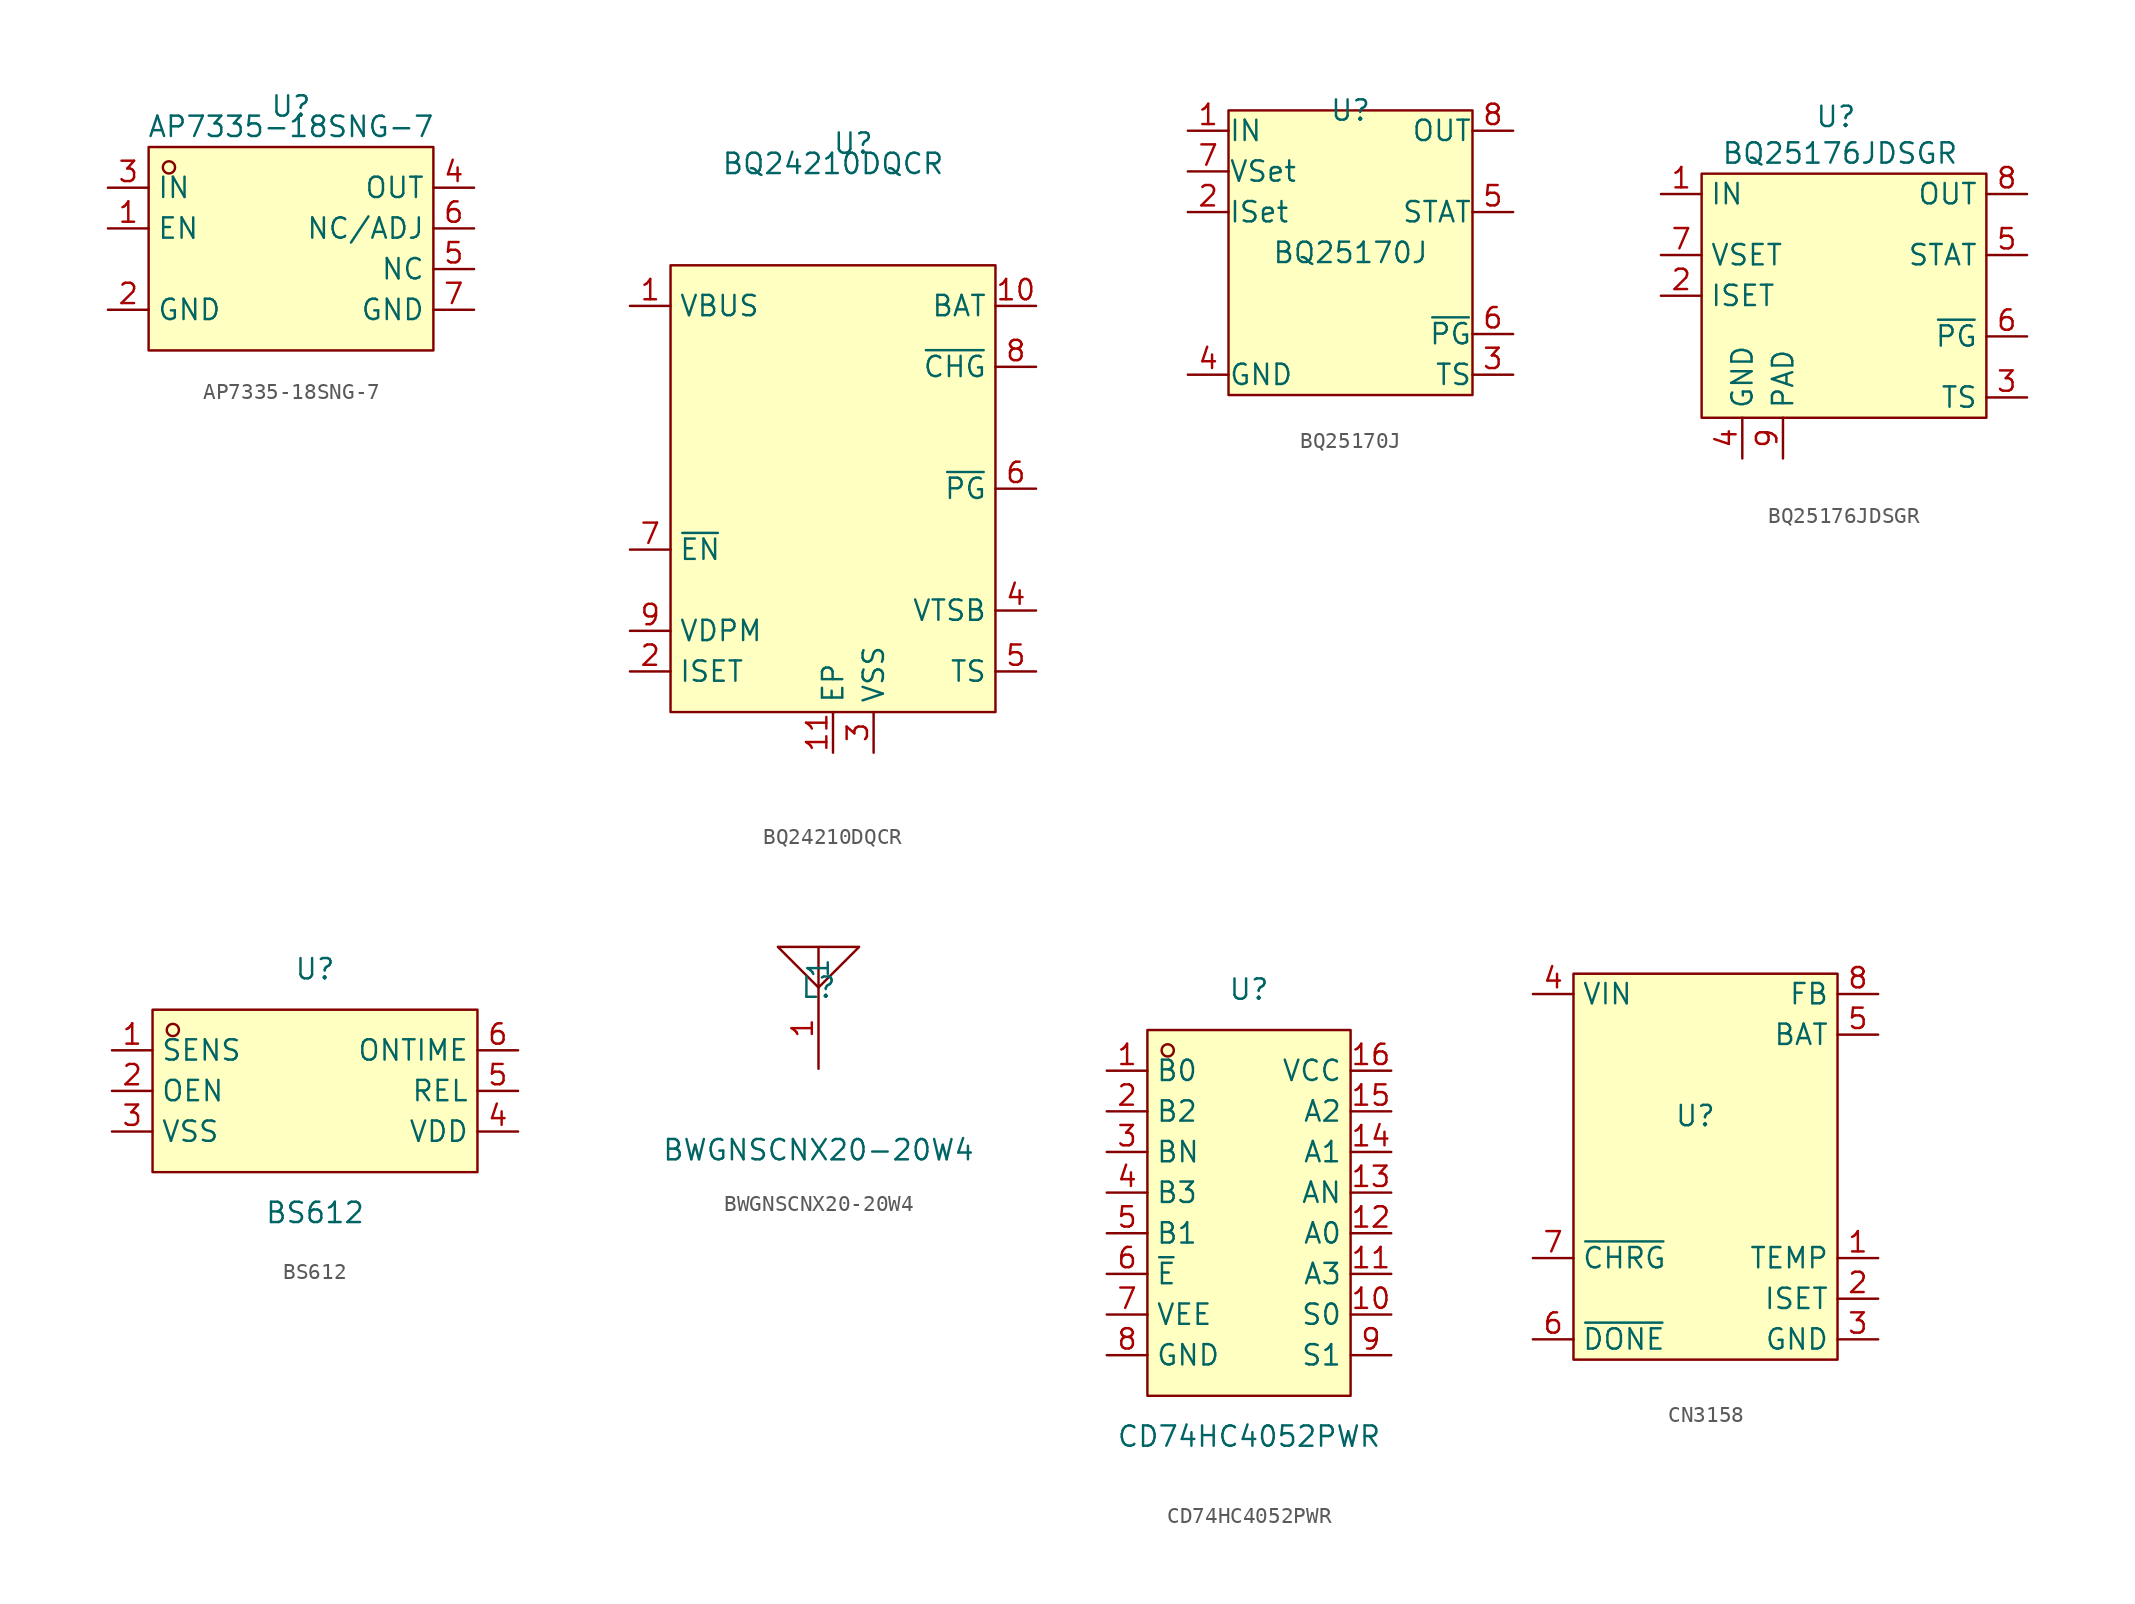
<source format=kicad_sym>
(kicad_symbol_lib
  (version 20231120)
  (generator "kicad_symbol_editor")
  (generator_version "8.0")
  (symbol "AP7335-18SNG-7"
    (property "Reference" "U"
      (at 0 8.89 0)
      (effects (font (size 1.27 1.27))))
    (property "Value" "AP7335-18SNG-7"
      (at 0 7.62 0)
      (effects (font (size 1.27 1.27))))
    (symbol "AP7335-18SNG-7_0_1"
      (rectangle (start -8.89 6.35) (end 8.89 -6.35) (stroke (width 0) (type default)) (fill (type background)))
      (circle (center -7.62 5.08) (radius 0.38) (stroke (width 0) (type default)) (fill (type none)))
      (pin unspecified line (at -11.43 1.27 0) (length 2.54) (name "EN" (effects (font (size 1.27 1.27)))) (number "1" (effects (font (size 1.27 1.27)))))
      (pin unspecified line (at -11.43 -3.81 0) (length 2.54) (name "GND" (effects (font (size 1.27 1.27)))) (number "2" (effects (font (size 1.27 1.27)))))
      (pin unspecified line (at -11.43 3.81 0) (length 2.54) (name "IN" (effects (font (size 1.27 1.27)))) (number "3" (effects (font (size 1.27 1.27)))))
      (pin unspecified line (at 11.43 3.81 180) (length 2.54) (name "OUT" (effects (font (size 1.27 1.27)))) (number "4" (effects (font (size 1.27 1.27)))))
      (pin unspecified line (at 11.43 -1.27 180) (length 2.54) (name "NC" (effects (font (size 1.27 1.27)))) (number "5" (effects (font (size 1.27 1.27)))))
      (pin unspecified line (at 11.43 1.27 180) (length 2.54) (name "NC/ADJ" (effects (font (size 1.27 1.27)))) (number "6" (effects (font (size 1.27 1.27)))))
      (pin unspecified line (at 11.43 -3.81 180) (length 2.54) (name "GND" (effects (font (size 1.27 1.27)))) (number "7" (effects (font (size 1.27 1.27)))))))
  (symbol "BQ24210DQCR"
    (property "Reference" "U"
      (at 0 25.4 0)
      (effects (font (size 1.27 1.27))))
    (property "Value" "BQ24210DQCR"
      (at -1.27 24.13 0)
      (effects (font (size 1.27 1.27))))
    (symbol "BQ24210DQCR_0_1"
      (rectangle (start -11.43 17.78) (end 8.89 -10.16) (stroke (width 0) (type default)) (fill (type background)))
      (pin unspecified line (at -13.97 15.24 0) (length 2.54) (name "VBUS" (effects (font (size 1.27 1.27)))) (number "1" (effects (font (size 1.27 1.27)))))
      (pin unspecified line (at 11.43 15.24 180) (length 2.54) (name "BAT" (effects (font (size 1.27 1.27)))) (number "10" (effects (font (size 1.27 1.27)))))
      (pin unspecified line (at -1.27 -12.7 90) (length 2.54) (name "EP" (effects (font (size 1.27 1.27)))) (number "11" (effects (font (size 1.27 1.27)))))
      (pin unspecified line (at -13.97 -7.62 0) (length 2.54) (name "ISET" (effects (font (size 1.27 1.27)))) (number "2" (effects (font (size 1.27 1.27)))))
      (pin unspecified line (at 1.27 -12.7 90) (length 2.54) (name "VSS" (effects (font (size 1.27 1.27)))) (number "3" (effects (font (size 1.27 1.27)))))
      (pin unspecified line (at 11.43 -3.81 180) (length 2.54) (name "VTSB" (effects (font (size 1.27 1.27)))) (number "4" (effects (font (size 1.27 1.27)))))
      (pin unspecified line (at 11.43 -7.62 180) (length 2.54) (name "TS" (effects (font (size 1.27 1.27)))) (number "5" (effects (font (size 1.27 1.27)))))
      (pin unspecified line (at 11.43 3.81 180) (length 2.54) (name "~{PG}" (effects (font (size 1.27 1.27)))) (number "6" (effects (font (size 1.27 1.27)))))
      (pin unspecified line (at -13.97 0 0) (length 2.54) (name "~{EN}" (effects (font (size 1.27 1.27)))) (number "7" (effects (font (size 1.27 1.27)))))
      (pin unspecified line (at 11.43 11.43 180) (length 2.54) (name "~{CHG}" (effects (font (size 1.27 1.27)))) (number "8" (effects (font (size 1.27 1.27)))))
      (pin unspecified line (at -13.97 -5.08 0) (length 2.54) (name "VDPM" (effects (font (size 1.27 1.27)))) (number "9" (effects (font (size 1.27 1.27)))))))
  (symbol "BQ25170J"
    (pin_names
      (offset 0.002))
    (property "Reference" "U"
      (at 0 0 0)
      (effects (font (size 1.27 1.27))))
    (property "Value" "BQ25170J"
      (at 0 -8.89 0)
      (effects (font (size 1.27 1.27))))
    (symbol "BQ25170J_1_1"
      (rectangle (start -7.62 0) (end 7.62 -17.78) (stroke (width 0) (type default)) (fill (type background)))
      (pin input line (at -10.16 -1.27 0) (length 2.54) (name "IN" (effects (font (size 1.27 1.27)))) (number "1" (effects (font (size 1.27 1.27)))))
      (pin input line (at -10.16 -6.35 0) (length 2.54) (name "ISet" (effects (font (size 1.27 1.27)))) (number "2" (effects (font (size 1.27 1.27)))))
      (pin input line (at 10.16 -16.51 180) (length 2.54) (name "TS" (effects (font (size 1.27 1.27)))) (number "3" (effects (font (size 1.27 1.27)))))
      (pin input line (at -10.16 -16.51 0) (length 2.54) (name "GND" (effects (font (size 1.27 1.27)))) (number "4" (effects (font (size 1.27 1.27)))))
      (pin input line (at 10.16 -6.35 180) (length 2.54) (name "STAT" (effects (font (size 1.27 1.27)))) (number "5" (effects (font (size 1.27 1.27)))))
      (pin input line (at 10.16 -13.97 180) (length 2.54) (name "~{PG}" (effects (font (size 1.27 1.27)))) (number "6" (effects (font (size 1.27 1.27)))))
      (pin input line (at -10.16 -3.81 0) (length 2.54) (name "VSet" (effects (font (size 1.27 1.27)))) (number "7" (effects (font (size 1.27 1.27)))))
      (pin input line (at 10.16 -1.27 180) (length 2.54) (name "OUT" (effects (font (size 1.27 1.27)))) (number "8" (effects (font (size 1.27 1.27)))))))
  (symbol "BQ25176JDSGR"
    (property "Reference" "U"
      (at -1.778 8.636 0)
      (effects (font (size 1.27 1.27))))
    (property "Value" "BQ25176JDSGR"
      (at -1.524 6.35 0)
      (effects (font (size 1.27 1.27))))
    (symbol "BQ25176JDSGR_0_1"
      (rectangle (start -10.16 5.08) (end 7.62 -10.16) (stroke (width 0) (type default)) (fill (type background)))
      (pin unspecified line (at -12.7 3.81 0) (length 2.54) (name "IN" (effects (font (size 1.27 1.27)))) (number "1" (effects (font (size 1.27 1.27)))))
      (pin unspecified line (at -12.7 -2.54 0) (length 2.54) (name "ISET" (effects (font (size 1.27 1.27)))) (number "2" (effects (font (size 1.27 1.27)))))
      (pin unspecified line (at 10.16 -8.89 180) (length 2.54) (name "TS" (effects (font (size 1.27 1.27)))) (number "3" (effects (font (size 1.27 1.27)))))
      (pin unspecified line (at -7.62 -12.7 90) (length 2.54) (name "GND" (effects (font (size 1.27 1.27)))) (number "4" (effects (font (size 1.27 1.27)))))
      (pin unspecified line (at 10.16 0 180) (length 2.54) (name "STAT" (effects (font (size 1.27 1.27)))) (number "5" (effects (font (size 1.27 1.27)))))
      (pin unspecified line (at 10.16 -5.08 180) (length 2.54) (name "~{PG}" (effects (font (size 1.27 1.27)))) (number "6" (effects (font (size 1.27 1.27)))))
      (pin unspecified line (at -12.7 0 0) (length 2.54) (name "VSET" (effects (font (size 1.27 1.27)))) (number "7" (effects (font (size 1.27 1.27)))))
      (pin unspecified line (at 10.16 3.81 180) (length 2.54) (name "OUT" (effects (font (size 1.27 1.27)))) (number "8" (effects (font (size 1.27 1.27)))))
      (pin unspecified line (at -5.08 -12.7 90) (length 2.54) (name "PAD" (effects (font (size 1.27 1.27)))) (number "9" (effects (font (size 1.27 1.27)))))))
  (symbol "BS612"
    (property "Reference" "U"
      (at 0 7.62 0)
      (effects (font (size 1.27 1.27))))
    (property "Value" "BS612"
      (at 0 -7.62 0)
      (effects (font (size 1.27 1.27))))
    (symbol "BS612_0_1"
      (rectangle (start -10.16 5.08) (end 10.16 -5.08) (stroke (width 0) (type default)) (fill (type background)))
      (circle (center -8.89 3.81) (radius 0.38) (stroke (width 0) (type default)) (fill (type none)))
      (pin unspecified line (at -12.7 2.54 0) (length 2.54) (name "SENS" (effects (font (size 1.27 1.27)))) (number "1" (effects (font (size 1.27 1.27)))))
      (pin unspecified line (at -12.7 0 0) (length 2.54) (name "OEN" (effects (font (size 1.27 1.27)))) (number "2" (effects (font (size 1.27 1.27)))))
      (pin unspecified line (at -12.7 -2.54 0) (length 2.54) (name "VSS" (effects (font (size 1.27 1.27)))) (number "3" (effects (font (size 1.27 1.27)))))
      (pin unspecified line (at 12.7 -2.54 180) (length 2.54) (name "VDD" (effects (font (size 1.27 1.27)))) (number "4" (effects (font (size 1.27 1.27)))))
      (pin unspecified line (at 12.7 0 180) (length 2.54) (name "REL" (effects (font (size 1.27 1.27)))) (number "5" (effects (font (size 1.27 1.27)))))
      (pin unspecified line (at 12.7 2.54 180) (length 2.54) (name "ONTIME" (effects (font (size 1.27 1.27)))) (number "6" (effects (font (size 1.27 1.27)))))))
  (symbol "BWGNSCNX20-20W4"
    (property "Reference" "L"
      (at 0 2.54 0)
      (effects (font (size 1.27 1.27))))
    (property "Value" "BWGNSCNX20-20W4"
      (at 0 -7.62 0)
      (effects (font (size 1.27 1.27))))
    (symbol "BWGNSCNX20-20W4_0_1"
      (polyline (pts (xy 0 2.54) (xy -2.54 5.08) (xy 2.54 5.08) (xy 0 2.54) (xy 0 5.08)) (stroke (width 0) (type default)) (fill (type none)))
      (pin unspecified line (at 0 -2.54 90) (length 5.08) (name "1" (effects (font (size 1.27 1.27)))) (number "1" (effects (font (size 1.27 1.27)))))))
  (symbol "CD74HC4052PWR"
    (property "Reference" "U"
      (at 0 13.97 0)
      (effects (font (size 1.27 1.27))))
    (property "Value" "CD74HC4052PWR"
      (at 0 -13.97 0)
      (effects (font (size 1.27 1.27))))
    (symbol "CD74HC4052PWR_0_1"
      (rectangle (start -6.35 11.43) (end 6.35 -11.43) (stroke (width 0) (type default)) (fill (type background)))
      (circle (center -5.08 10.16) (radius 0.38) (stroke (width 0) (type default)) (fill (type none)))
      (pin unspecified line (at -8.89 8.89 0) (length 2.54) (name "B0" (effects (font (size 1.27 1.27)))) (number "1" (effects (font (size 1.27 1.27)))))
      (pin unspecified line (at 8.89 -6.35 180) (length 2.54) (name "S0" (effects (font (size 1.27 1.27)))) (number "10" (effects (font (size 1.27 1.27)))))
      (pin unspecified line (at 8.89 -3.81 180) (length 2.54) (name "A3" (effects (font (size 1.27 1.27)))) (number "11" (effects (font (size 1.27 1.27)))))
      (pin unspecified line (at 8.89 -1.27 180) (length 2.54) (name "A0" (effects (font (size 1.27 1.27)))) (number "12" (effects (font (size 1.27 1.27)))))
      (pin unspecified line (at 8.89 1.27 180) (length 2.54) (name "AN" (effects (font (size 1.27 1.27)))) (number "13" (effects (font (size 1.27 1.27)))))
      (pin unspecified line (at 8.89 3.81 180) (length 2.54) (name "A1" (effects (font (size 1.27 1.27)))) (number "14" (effects (font (size 1.27 1.27)))))
      (pin unspecified line (at 8.89 6.35 180) (length 2.54) (name "A2" (effects (font (size 1.27 1.27)))) (number "15" (effects (font (size 1.27 1.27)))))
      (pin unspecified line (at 8.89 8.89 180) (length 2.54) (name "VCC" (effects (font (size 1.27 1.27)))) (number "16" (effects (font (size 1.27 1.27)))))
      (pin unspecified line (at -8.89 6.35 0) (length 2.54) (name "B2" (effects (font (size 1.27 1.27)))) (number "2" (effects (font (size 1.27 1.27)))))
      (pin unspecified line (at -8.89 3.81 0) (length 2.54) (name "BN" (effects (font (size 1.27 1.27)))) (number "3" (effects (font (size 1.27 1.27)))))
      (pin unspecified line (at -8.89 1.27 0) (length 2.54) (name "B3" (effects (font (size 1.27 1.27)))) (number "4" (effects (font (size 1.27 1.27)))))
      (pin unspecified line (at -8.89 -1.27 0) (length 2.54) (name "B1" (effects (font (size 1.27 1.27)))) (number "5" (effects (font (size 1.27 1.27)))))
      (pin unspecified line (at -8.89 -3.81 0) (length 2.54) (name "~{E}" (effects (font (size 1.27 1.27)))) (number "6" (effects (font (size 1.27 1.27)))))
      (pin unspecified line (at -8.89 -6.35 0) (length 2.54) (name "VEE" (effects (font (size 1.27 1.27)))) (number "7" (effects (font (size 1.27 1.27)))))
      (pin unspecified line (at -8.89 -8.89 0) (length 2.54) (name "GND" (effects (font (size 1.27 1.27)))) (number "8" (effects (font (size 1.27 1.27)))))
      (pin unspecified line (at 8.89 -8.89 180) (length 2.54) (name "S1" (effects (font (size 1.27 1.27)))) (number "9" (effects (font (size 1.27 1.27)))))))
  (symbol "CN3158"
    (property "Reference" "U"
      (at 0 0 0)
      (effects (font (size 1.27 1.27))))
    (property "Value" ""
      (at 0 0 0)
      (effects (font (size 1.27 1.27))))
    (symbol "CN3158_1_1"
      (rectangle (start -7.62 8.89) (end 8.89 -15.24) (stroke (width 0) (type default)) (fill (type background)))
      (pin input line (at 11.43 -8.89 180) (length 2.54) (name "TEMP" (effects (font (size 1.27 1.27)))) (number "1" (effects (font (size 1.27 1.27)))))
      (pin input line (at 11.43 -11.43 180) (length 2.54) (name "ISET" (effects (font (size 1.27 1.27)))) (number "2" (effects (font (size 1.27 1.27)))))
      (pin input line (at 11.43 -13.97 180) (length 2.54) (name "GND" (effects (font (size 1.27 1.27)))) (number "3" (effects (font (size 1.27 1.27)))))
      (pin input line (at -10.16 7.62 0) (length 2.54) (name "VIN" (effects (font (size 1.27 1.27)))) (number "4" (effects (font (size 1.27 1.27)))))
      (pin input line (at 11.43 5.08 180) (length 2.54) (name "BAT" (effects (font (size 1.27 1.27)))) (number "5" (effects (font (size 1.27 1.27)))))
      (pin input line (at -10.16 -13.97 0) (length 2.54) (name "~{DONE}" (effects (font (size 1.27 1.27)))) (number "6" (effects (font (size 1.27 1.27)))))
      (pin input line (at -10.16 -8.89 0) (length 2.54) (name "~{CHRG}" (effects (font (size 1.27 1.27)))) (number "7" (effects (font (size 1.27 1.27)))))
      (pin input line (at 11.43 7.62 180) (length 2.54) (name "FB" (effects (font (size 1.27 1.27)))) (number "8" (effects (font (size 1.27 1.27))))))))
</source>
